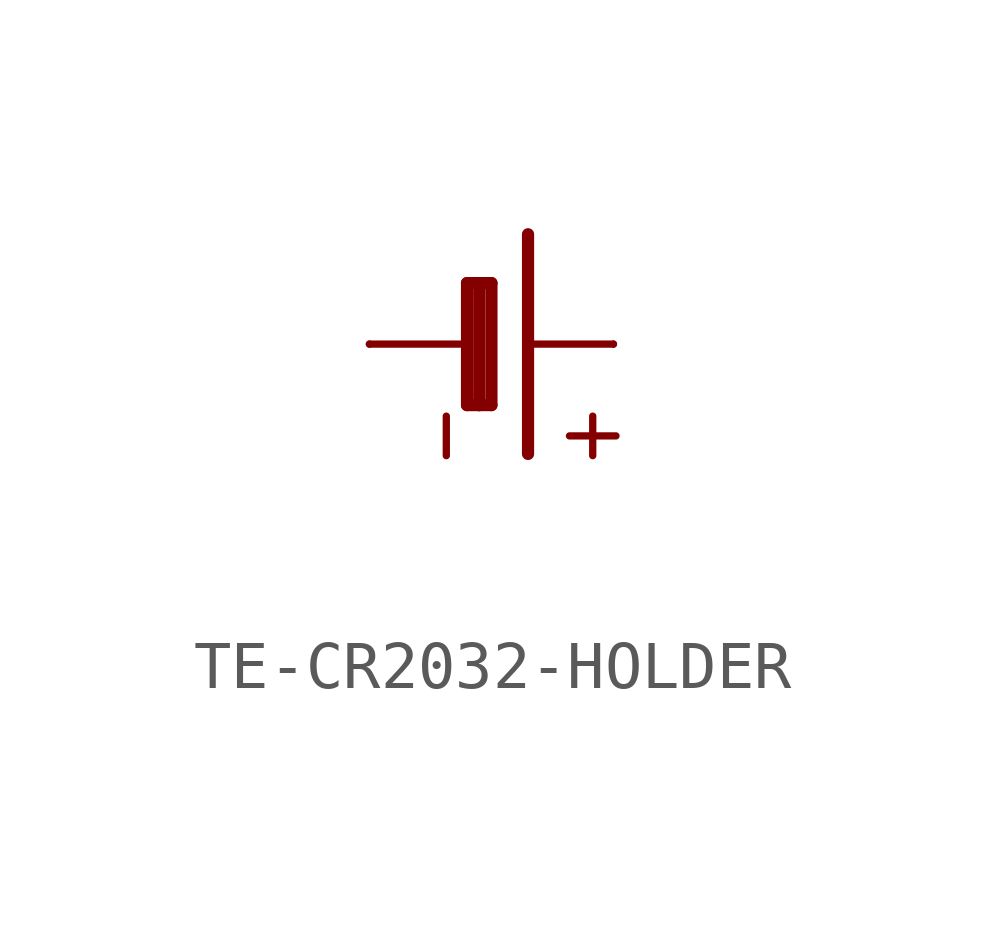
<source format=kicad_sym>
(kicad_symbol_lib
  (version 20231120)
  (generator "kicad_symbol_editor")
  (generator_version "8.0")
  (symbol "TE-CR2032-HOLDER"
    (property "Reference" ""
      (at -2.54 3.175 0)
      (effects (font (size 1.27 1.079)) (justify left bottom) (hide yes)))
    (property "Value" ""
      (at -2.54 -5.08 0)
      (effects (font (size 1.27 1.079)) (justify left bottom)))
    (property "ki_locked" ""
      (at 0 0 0)
      (effects (font (size 1.27 1.27))))
    (symbol "TE-CR2032-HOLDER_1_0"
      (polyline (pts (xy -2.54 0) (xy -0.635 0)) (stroke (width 0.152) (type solid)) (fill (type none)))
      (polyline (pts (xy -0.508 -1.27) (xy -0.508 1.27)) (stroke (width 0.254) (type solid)) (fill (type none)))
      (polyline (pts (xy -0.508 1.27) (xy -0.254 1.27)) (stroke (width 0.254) (type solid)) (fill (type none)))
      (polyline (pts (xy -0.254 -1.27) (xy -0.508 -1.27)) (stroke (width 0.254) (type solid)) (fill (type none)))
      (polyline (pts (xy -0.254 1.27) (xy -0.254 -1.27)) (stroke (width 0.254) (type solid)) (fill (type none)))
      (polyline (pts (xy -0.254 1.27) (xy 0 1.27)) (stroke (width 0.254) (type solid)) (fill (type none)))
      (polyline (pts (xy 0 -1.27) (xy -0.254 -1.27)) (stroke (width 0.254) (type solid)) (fill (type none)))
      (polyline (pts (xy 0 1.27) (xy 0 -1.27)) (stroke (width 0.254) (type solid)) (fill (type none)))
      (polyline (pts (xy 0.762 2.286) (xy 0.762 -2.286)) (stroke (width 0.254) (type solid)) (fill (type none)))
      (polyline (pts (xy 0.889 0) (xy 2.54 0)) (stroke (width 0.152) (type solid)) (fill (type none)))
      (text "+" (at 1.27 -1.143 900) (effects (font (size 1.27 1.079)) (justify right top)))
      (text "-" (at -1.778 -1.143 900) (effects (font (size 1.27 1.079)) (justify right top)))
      (pin passive line (at 2.54 0 180) (length 0) (name "+" (effects (font (size 0 0)))) (number "+" (effects (font (size 0 0)))))
      (pin passive line (at -2.54 0 0) (length 0) (name "-" (effects (font (size 0 0)))) (number "-" (effects (font (size 0 0))))))))
</source>
